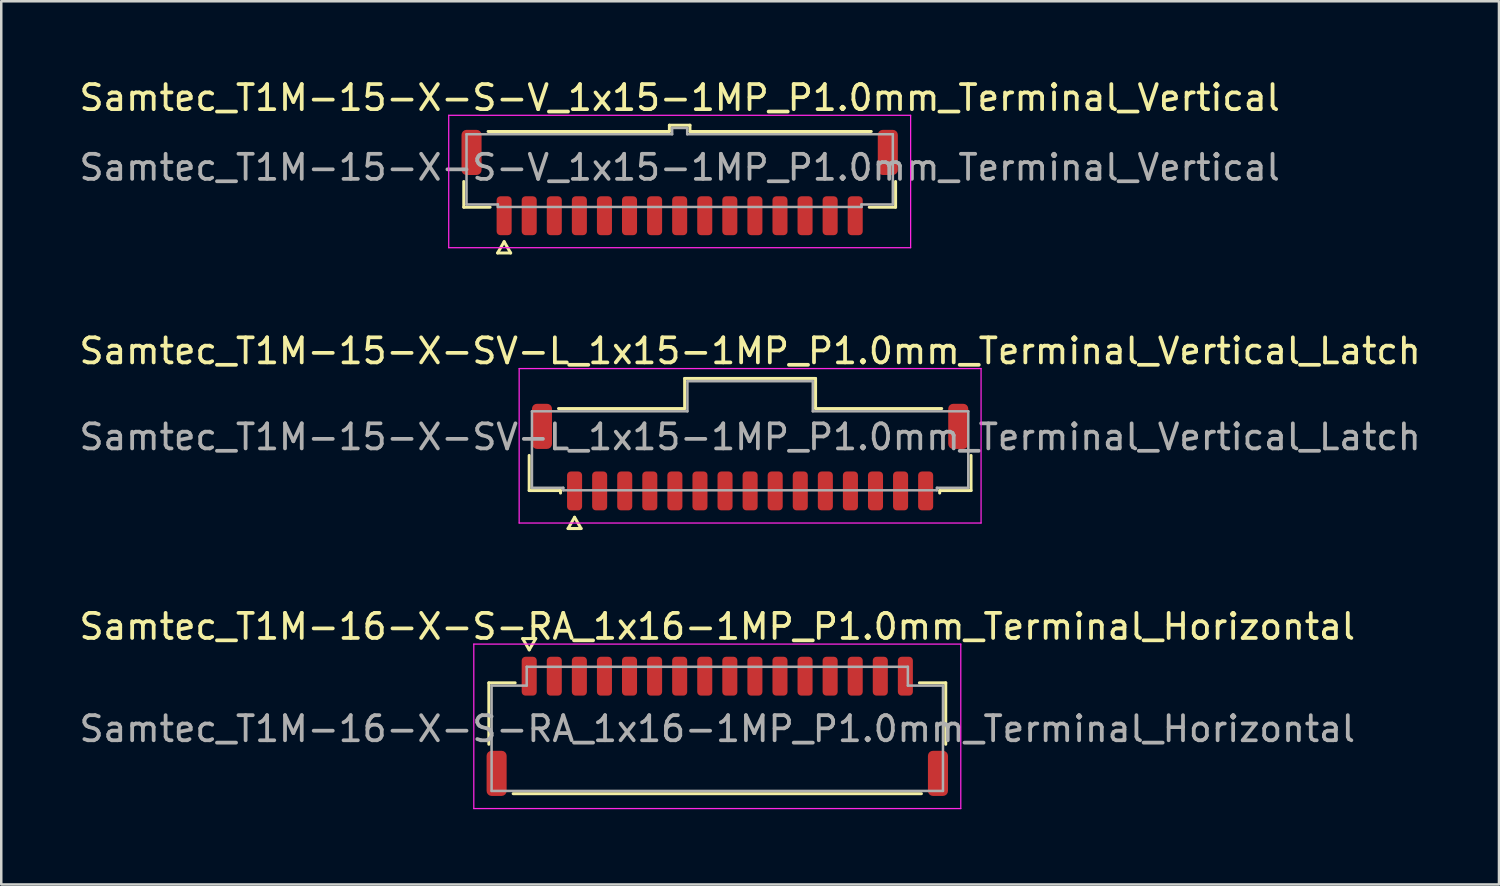
<source format=kicad_pcb>
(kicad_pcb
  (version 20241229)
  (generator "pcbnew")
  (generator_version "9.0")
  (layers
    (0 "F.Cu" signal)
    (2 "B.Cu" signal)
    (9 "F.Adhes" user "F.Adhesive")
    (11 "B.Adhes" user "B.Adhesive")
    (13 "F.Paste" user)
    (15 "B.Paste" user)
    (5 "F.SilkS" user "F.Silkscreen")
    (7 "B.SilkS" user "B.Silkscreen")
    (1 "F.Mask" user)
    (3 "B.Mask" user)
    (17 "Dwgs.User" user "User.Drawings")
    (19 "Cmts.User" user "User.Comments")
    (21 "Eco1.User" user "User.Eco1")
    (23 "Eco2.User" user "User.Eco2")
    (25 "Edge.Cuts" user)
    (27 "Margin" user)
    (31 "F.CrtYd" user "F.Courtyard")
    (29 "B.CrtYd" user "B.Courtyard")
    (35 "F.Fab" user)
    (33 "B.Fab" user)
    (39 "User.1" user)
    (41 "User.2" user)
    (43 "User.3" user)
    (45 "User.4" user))
  (footprint "Samtec_T1M-16-X-S-RA_1x16-1MP_P1.0mm_Terminal_Horizontal"
    (layer "F.Cu")
    (at 25.554 26.015)
    (property "Reference" "Samtec_T1M-16-X-S-RA_1x16-1MP_P1.0mm_Terminal_Horizontal" (at 0 -4.08 0) (layer "F.SilkS") (effects (font (size 1 1) (thickness 0.15))))
    (attr smd)
    (fp_line (start -9.11 -1.835) (end -8.06 -1.835) (stroke (width 0.12) (type solid)) (layer "F.SilkS"))
    (fp_line (start -9.11 0.615) (end -9.11 -1.835) (stroke (width 0.12) (type solid)) (layer "F.SilkS"))
    (fp_line (start -7.76 -3.6) (end -7.5 -3.15) (stroke (width 0.12) (type solid)) (layer "F.SilkS"))
    (fp_line (start -7.5 -3.15) (end -7.24 -3.6) (stroke (width 0.12) (type solid)) (layer "F.SilkS"))
    (fp_line (start -7.24 -3.6) (end -7.76 -3.6) (stroke (width 0.12) (type solid)) (layer "F.SilkS"))
    (fp_line (start 8.06 -1.835) (end 9.11 -1.835) (stroke (width 0.12) (type solid)) (layer "F.SilkS"))
    (fp_line (start 8.14 2.585) (end -8.14 2.585) (stroke (width 0.12) (type solid)) (layer "F.SilkS"))
    (fp_line (start 9.11 -1.835) (end 9.11 0.615) (stroke (width 0.12) (type solid)) (layer "F.SilkS"))
    (fp_line (start -9.71 -3.38) (end -9.71 3.18) (stroke (width 0.05) (type solid)) (layer "F.CrtYd"))
    (fp_line (start -9.71 3.18) (end 9.71 3.18) (stroke (width 0.05) (type solid)) (layer "F.CrtYd"))
    (fp_line (start 9.71 -3.38) (end -9.71 -3.38) (stroke (width 0.05) (type solid)) (layer "F.CrtYd"))
    (fp_line (start 9.71 3.18) (end 9.71 -3.38) (stroke (width 0.05) (type solid)) (layer "F.CrtYd"))
    (fp_line (start -9 -1.725) (end -7.6 -1.725) (stroke (width 0.1) (type solid)) (layer "F.Fab"))
    (fp_line (start -9 2.475) (end -9 -1.725) (stroke (width 0.1) (type solid)) (layer "F.Fab"))
    (fp_line (start -7.6 -2.475) (end 7.6 -2.475) (stroke (width 0.1) (type solid)) (layer "F.Fab"))
    (fp_line (start -7.6 -1.725) (end -7.6 -2.475) (stroke (width 0.1) (type solid)) (layer "F.Fab"))
    (fp_line (start 7.6 -2.475) (end 7.6 -1.725) (stroke (width 0.1) (type solid)) (layer "F.Fab"))
    (fp_line (start 7.6 -1.725) (end 9 -1.725) (stroke (width 0.1) (type solid)) (layer "F.Fab"))
    (fp_line (start 9 -1.725) (end 9 2.475) (stroke (width 0.1) (type solid)) (layer "F.Fab"))
    (fp_line (start 9 2.475) (end -9 2.475) (stroke (width 0.1) (type solid)) (layer "F.Fab"))
    (fp_text user "${REFERENCE}" (at 0 0 0) (layer "F.Fab") (effects (font (size 1 1) (thickness 0.15))))
    (pad "1" smd roundrect (at -7.5 -2.1) (size 0.6 1.55) (layers "F.Cu" "F.Mask" "F.Paste") (roundrect_rratio 0.25))
    (pad "2" smd roundrect (at -6.5 -2.1) (size 0.6 1.55) (layers "F.Cu" "F.Mask" "F.Paste") (roundrect_rratio 0.25))
    (pad "3" smd roundrect (at -5.5 -2.1) (size 0.6 1.55) (layers "F.Cu" "F.Mask" "F.Paste") (roundrect_rratio 0.25))
    (pad "4" smd roundrect (at -4.5 -2.1) (size 0.6 1.55) (layers "F.Cu" "F.Mask" "F.Paste") (roundrect_rratio 0.25))
    (pad "5" smd roundrect (at -3.5 -2.1) (size 0.6 1.55) (layers "F.Cu" "F.Mask" "F.Paste") (roundrect_rratio 0.25))
    (pad "6" smd roundrect (at -2.5 -2.1) (size 0.6 1.55) (layers "F.Cu" "F.Mask" "F.Paste") (roundrect_rratio 0.25))
    (pad "7" smd roundrect (at -1.5 -2.1) (size 0.6 1.55) (layers "F.Cu" "F.Mask" "F.Paste") (roundrect_rratio 0.25))
    (pad "8" smd roundrect (at -0.5 -2.1) (size 0.6 1.55) (layers "F.Cu" "F.Mask" "F.Paste") (roundrect_rratio 0.25))
    (pad "9" smd roundrect (at 0.5 -2.1) (size 0.6 1.55) (layers "F.Cu" "F.Mask" "F.Paste") (roundrect_rratio 0.25))
    (pad "10" smd roundrect (at 1.5 -2.1) (size 0.6 1.55) (layers "F.Cu" "F.Mask" "F.Paste") (roundrect_rratio 0.25))
    (pad "11" smd roundrect (at 2.5 -2.1) (size 0.6 1.55) (layers "F.Cu" "F.Mask" "F.Paste") (roundrect_rratio 0.25))
    (pad "12" smd roundrect (at 3.5 -2.1) (size 0.6 1.55) (layers "F.Cu" "F.Mask" "F.Paste") (roundrect_rratio 0.25))
    (pad "13" smd roundrect (at 4.5 -2.1) (size 0.6 1.55) (layers "F.Cu" "F.Mask" "F.Paste") (roundrect_rratio 0.25))
    (pad "14" smd roundrect (at 5.5 -2.1) (size 0.6 1.55) (layers "F.Cu" "F.Mask" "F.Paste") (roundrect_rratio 0.25))
    (pad "15" smd roundrect (at 6.5 -2.1) (size 0.6 1.55) (layers "F.Cu" "F.Mask" "F.Paste") (roundrect_rratio 0.25))
    (pad "16" smd roundrect (at 7.5 -2.1) (size 0.6 1.55) (layers "F.Cu" "F.Mask" "F.Paste") (roundrect_rratio 0.25))
    (pad "MP" smd roundrect (at -8.8 1.775) (size 0.8 1.8) (layers "F.Cu" "F.Mask" "F.Paste") (roundrect_rratio 0.25))
    (pad "MP" smd roundrect (at 8.8 1.775) (size 0.8 1.8) (layers "F.Cu" "F.Mask" "F.Paste") (roundrect_rratio 0.25)))
  (footprint "Samtec_T1M-15-X-S-V_1x15-1MP_P1.0mm_Terminal_Vertical"
    (layer "F.Cu")
    (at 24.054 3.628)
    (property "Reference" "Samtec_T1M-15-X-S-V_1x15-1MP_P1.0mm_Terminal_Vertical" (at 0 -2.78 0) (layer "F.SilkS") (effects (font (size 1 1) (thickness 0.15))))
    (attr smd)
    (fp_line (start -8.61 1.585) (end -8.61 0.56) (stroke (width 0.12) (type solid)) (layer "F.SilkS"))
    (fp_line (start -7.64 -1.435) (end -0.41 -1.435) (stroke (width 0.12) (type solid)) (layer "F.SilkS"))
    (fp_line (start -7.56 1.585) (end -8.61 1.585) (stroke (width 0.12) (type solid)) (layer "F.SilkS"))
    (fp_line (start -7.26 3.41) (end -7 2.96) (stroke (width 0.12) (type solid)) (layer "F.SilkS"))
    (fp_line (start -7 2.96) (end -6.74 3.41) (stroke (width 0.12) (type solid)) (layer "F.SilkS"))
    (fp_line (start -6.74 3.41) (end -7.26 3.41) (stroke (width 0.12) (type solid)) (layer "F.SilkS"))
    (fp_line (start -0.41 -1.685) (end 0.41 -1.685) (stroke (width 0.12) (type solid)) (layer "F.SilkS"))
    (fp_line (start -0.41 -1.435) (end -0.41 -1.685) (stroke (width 0.12) (type solid)) (layer "F.SilkS"))
    (fp_line (start 0.41 -1.685) (end 0.41 -1.435) (stroke (width 0.12) (type solid)) (layer "F.SilkS"))
    (fp_line (start 0.41 -1.435) (end 7.64 -1.435) (stroke (width 0.12) (type solid)) (layer "F.SilkS"))
    (fp_line (start 8.61 0.56) (end 8.61 1.585) (stroke (width 0.12) (type solid)) (layer "F.SilkS"))
    (fp_line (start 8.61 1.585) (end 7.56 1.585) (stroke (width 0.12) (type solid)) (layer "F.SilkS"))
    (fp_line (start -9.21 -2.08) (end -9.21 3.2) (stroke (width 0.05) (type solid)) (layer "F.CrtYd"))
    (fp_line (start -9.21 3.2) (end 9.21 3.2) (stroke (width 0.05) (type solid)) (layer "F.CrtYd"))
    (fp_line (start 9.21 -2.08) (end -9.21 -2.08) (stroke (width 0.05) (type solid)) (layer "F.CrtYd"))
    (fp_line (start 9.21 3.2) (end 9.21 -2.08) (stroke (width 0.05) (type solid)) (layer "F.CrtYd"))
    (fp_line (start -8.5 -1.325) (end -0.3 -1.325) (stroke (width 0.1) (type solid)) (layer "F.Fab"))
    (fp_line (start -8.5 1.475) (end -8.5 -1.325) (stroke (width 0.1) (type solid)) (layer "F.Fab"))
    (fp_line (start -7.25 1.475) (end -8.5 1.475) (stroke (width 0.1) (type solid)) (layer "F.Fab"))
    (fp_line (start -7.25 1.575) (end -7.25 1.475) (stroke (width 0.1) (type solid)) (layer "F.Fab"))
    (fp_line (start -0.3 -1.575) (end 0.3 -1.575) (stroke (width 0.1) (type solid)) (layer "F.Fab"))
    (fp_line (start -0.3 -1.325) (end -0.3 -1.575) (stroke (width 0.1) (type solid)) (layer "F.Fab"))
    (fp_line (start 0.3 -1.575) (end 0.3 -1.325) (stroke (width 0.1) (type solid)) (layer "F.Fab"))
    (fp_line (start 0.3 -1.325) (end 8.5 -1.325) (stroke (width 0.1) (type solid)) (layer "F.Fab"))
    (fp_line (start 7.25 1.475) (end 7.25 1.575) (stroke (width 0.1) (type solid)) (layer "F.Fab"))
    (fp_line (start 7.25 1.575) (end -7.25 1.575) (stroke (width 0.1) (type solid)) (layer "F.Fab"))
    (fp_line (start 8.5 -1.325) (end 8.5 1.475) (stroke (width 0.1) (type solid)) (layer "F.Fab"))
    (fp_line (start 8.5 1.475) (end 7.25 1.475) (stroke (width 0.1) (type solid)) (layer "F.Fab"))
    (fp_text user "${REFERENCE}" (at 0 0 0) (layer "F.Fab") (effects (font (size 1 1) (thickness 0.15))))
    (pad "1" smd roundrect (at -7 1.925) (size 0.6 1.55) (layers "F.Cu" "F.Mask" "F.Paste") (roundrect_rratio 0.25))
    (pad "2" smd roundrect (at -6 1.925) (size 0.6 1.55) (layers "F.Cu" "F.Mask" "F.Paste") (roundrect_rratio 0.25))
    (pad "3" smd roundrect (at -5 1.925) (size 0.6 1.55) (layers "F.Cu" "F.Mask" "F.Paste") (roundrect_rratio 0.25))
    (pad "4" smd roundrect (at -4 1.925) (size 0.6 1.55) (layers "F.Cu" "F.Mask" "F.Paste") (roundrect_rratio 0.25))
    (pad "5" smd roundrect (at -3 1.925) (size 0.6 1.55) (layers "F.Cu" "F.Mask" "F.Paste") (roundrect_rratio 0.25))
    (pad "6" smd roundrect (at -2 1.925) (size 0.6 1.55) (layers "F.Cu" "F.Mask" "F.Paste") (roundrect_rratio 0.25))
    (pad "7" smd roundrect (at -1 1.925) (size 0.6 1.55) (layers "F.Cu" "F.Mask" "F.Paste") (roundrect_rratio 0.25))
    (pad "8" smd roundrect (at 0 1.925) (size 0.6 1.55) (layers "F.Cu" "F.Mask" "F.Paste") (roundrect_rratio 0.25))
    (pad "9" smd roundrect (at 1 1.925) (size 0.6 1.55) (layers "F.Cu" "F.Mask" "F.Paste") (roundrect_rratio 0.25))
    (pad "10" smd roundrect (at 2 1.925) (size 0.6 1.55) (layers "F.Cu" "F.Mask" "F.Paste") (roundrect_rratio 0.25))
    (pad "11" smd roundrect (at 3 1.925) (size 0.6 1.55) (layers "F.Cu" "F.Mask" "F.Paste") (roundrect_rratio 0.25))
    (pad "12" smd roundrect (at 4 1.925) (size 0.6 1.55) (layers "F.Cu" "F.Mask" "F.Paste") (roundrect_rratio 0.25))
    (pad "13" smd roundrect (at 5 1.925) (size 0.6 1.55) (layers "F.Cu" "F.Mask" "F.Paste") (roundrect_rratio 0.25))
    (pad "14" smd roundrect (at 6 1.925) (size 0.6 1.55) (layers "F.Cu" "F.Mask" "F.Paste") (roundrect_rratio 0.25))
    (pad "15" smd roundrect (at 7 1.925) (size 0.6 1.55) (layers "F.Cu" "F.Mask" "F.Paste") (roundrect_rratio 0.25))
    (pad "MP" smd roundrect (at -8.3 -0.6) (size 0.8 1.8) (layers "F.Cu" "F.Mask" "F.Paste") (roundrect_rratio 0.25))
    (pad "MP" smd roundrect (at 8.3 -0.6) (size 0.8 1.8) (layers "F.Cu" "F.Mask" "F.Paste") (roundrect_rratio 0.25)))
  (footprint "Samtec_T1M-15-X-SV-L_1x15-1MP_P1.0mm_Terminal_Vertical_Latch"
    (layer "F.Cu")
    (at 26.863 14.377)
    (property "Reference" "Samtec_T1M-15-X-SV-L_1x15-1MP_P1.0mm_Terminal_Vertical_Latch" (at 0 -3.43 0) (layer "F.SilkS") (effects (font (size 1 1) (thickness 0.15))))
    (attr smd)
    (fp_line (start -8.81 2.135) (end -8.81 0.735) (stroke (width 0.12) (type solid)) (layer "F.SilkS"))
    (fp_line (start -7.64 -1.135) (end -2.61 -1.135) (stroke (width 0.12) (type solid)) (layer "F.SilkS"))
    (fp_line (start -7.56 2.135) (end -8.81 2.135) (stroke (width 0.12) (type solid)) (layer "F.SilkS"))
    (fp_line (start -7.56 2.235) (end -7.56 2.135) (stroke (width 0.12) (type solid)) (layer "F.SilkS"))
    (fp_line (start -7.26 3.65) (end -7 3.2) (stroke (width 0.12) (type solid)) (layer "F.SilkS"))
    (fp_line (start -7 3.2) (end -6.74 3.65) (stroke (width 0.12) (type solid)) (layer "F.SilkS"))
    (fp_line (start -6.74 3.65) (end -7.26 3.65) (stroke (width 0.12) (type solid)) (layer "F.SilkS"))
    (fp_line (start -2.61 -2.335) (end 2.61 -2.335) (stroke (width 0.12) (type solid)) (layer "F.SilkS"))
    (fp_line (start -2.61 -1.135) (end -2.61 -2.335) (stroke (width 0.12) (type solid)) (layer "F.SilkS"))
    (fp_line (start 2.61 -2.335) (end 2.61 -1.135) (stroke (width 0.12) (type solid)) (layer "F.SilkS"))
    (fp_line (start 2.61 -1.135) (end 7.64 -1.135) (stroke (width 0.12) (type solid)) (layer "F.SilkS"))
    (fp_line (start 7.56 2.135) (end 7.56 2.235) (stroke (width 0.12) (type solid)) (layer "F.SilkS"))
    (fp_line (start 8.81 0.735) (end 8.81 2.135) (stroke (width 0.12) (type solid)) (layer "F.SilkS"))
    (fp_line (start 8.81 2.135) (end 7.56 2.135) (stroke (width 0.12) (type solid)) (layer "F.SilkS"))
    (fp_line (start -9.21 -2.73) (end -9.21 3.43) (stroke (width 0.05) (type solid)) (layer "F.CrtYd"))
    (fp_line (start -9.21 3.43) (end 9.21 3.43) (stroke (width 0.05) (type solid)) (layer "F.CrtYd"))
    (fp_line (start 9.21 -2.73) (end -9.21 -2.73) (stroke (width 0.05) (type solid)) (layer "F.CrtYd"))
    (fp_line (start 9.21 3.43) (end 9.21 -2.73) (stroke (width 0.05) (type solid)) (layer "F.CrtYd"))
    (fp_line (start -8.7 -1.025) (end -2.5 -1.025) (stroke (width 0.1) (type solid)) (layer "F.Fab"))
    (fp_line (start -8.7 2.025) (end -8.7 -1.025) (stroke (width 0.1) (type solid)) (layer "F.Fab"))
    (fp_line (start -7.45 2.025) (end -8.7 2.025) (stroke (width 0.1) (type solid)) (layer "F.Fab"))
    (fp_line (start -7.45 2.125) (end -7.45 2.025) (stroke (width 0.1) (type solid)) (layer "F.Fab"))
    (fp_line (start -2.5 -2.225) (end 2.5 -2.225) (stroke (width 0.1) (type solid)) (layer "F.Fab"))
    (fp_line (start -2.5 -1.025) (end -2.5 -2.225) (stroke (width 0.1) (type solid)) (layer "F.Fab"))
    (fp_line (start 2.5 -2.225) (end 2.5 -1.025) (stroke (width 0.1) (type solid)) (layer "F.Fab"))
    (fp_line (start 2.5 -1.025) (end 8.7 -1.025) (stroke (width 0.1) (type solid)) (layer "F.Fab"))
    (fp_line (start 7.45 2.025) (end 7.45 2.125) (stroke (width 0.1) (type solid)) (layer "F.Fab"))
    (fp_line (start 7.45 2.125) (end -7.45 2.125) (stroke (width 0.1) (type solid)) (layer "F.Fab"))
    (fp_line (start 8.7 -1.025) (end 8.7 2.025) (stroke (width 0.1) (type solid)) (layer "F.Fab"))
    (fp_line (start 8.7 2.025) (end 7.45 2.025) (stroke (width 0.1) (type solid)) (layer "F.Fab"))
    (fp_text user "${REFERENCE}" (at 0 0 0) (layer "F.Fab") (effects (font (size 1 1) (thickness 0.15))))
    (pad "1" smd roundrect (at -7 2.15) (size 0.6 1.55) (layers "F.Cu" "F.Mask" "F.Paste") (roundrect_rratio 0.25))
    (pad "2" smd roundrect (at -6 2.15) (size 0.6 1.55) (layers "F.Cu" "F.Mask" "F.Paste") (roundrect_rratio 0.25))
    (pad "3" smd roundrect (at -5 2.15) (size 0.6 1.55) (layers "F.Cu" "F.Mask" "F.Paste") (roundrect_rratio 0.25))
    (pad "4" smd roundrect (at -4 2.15) (size 0.6 1.55) (layers "F.Cu" "F.Mask" "F.Paste") (roundrect_rratio 0.25))
    (pad "5" smd roundrect (at -3 2.15) (size 0.6 1.55) (layers "F.Cu" "F.Mask" "F.Paste") (roundrect_rratio 0.25))
    (pad "6" smd roundrect (at -2 2.15) (size 0.6 1.55) (layers "F.Cu" "F.Mask" "F.Paste") (roundrect_rratio 0.25))
    (pad "7" smd roundrect (at -1 2.15) (size 0.6 1.55) (layers "F.Cu" "F.Mask" "F.Paste") (roundrect_rratio 0.25))
    (pad "8" smd roundrect (at 0 2.15) (size 0.6 1.55) (layers "F.Cu" "F.Mask" "F.Paste") (roundrect_rratio 0.25))
    (pad "9" smd roundrect (at 1 2.15) (size 0.6 1.55) (layers "F.Cu" "F.Mask" "F.Paste") (roundrect_rratio 0.25))
    (pad "10" smd roundrect (at 2 2.15) (size 0.6 1.55) (layers "F.Cu" "F.Mask" "F.Paste") (roundrect_rratio 0.25))
    (pad "11" smd roundrect (at 3 2.15) (size 0.6 1.55) (layers "F.Cu" "F.Mask" "F.Paste") (roundrect_rratio 0.25))
    (pad "12" smd roundrect (at 4 2.15) (size 0.6 1.55) (layers "F.Cu" "F.Mask" "F.Paste") (roundrect_rratio 0.25))
    (pad "13" smd roundrect (at 5 2.15) (size 0.6 1.55) (layers "F.Cu" "F.Mask" "F.Paste") (roundrect_rratio 0.25))
    (pad "14" smd roundrect (at 6 2.15) (size 0.6 1.55) (layers "F.Cu" "F.Mask" "F.Paste") (roundrect_rratio 0.25))
    (pad "15" smd roundrect (at 7 2.15) (size 0.6 1.55) (layers "F.Cu" "F.Mask" "F.Paste") (roundrect_rratio 0.25))
    (pad "MP" smd roundrect (at -8.3 -0.425) (size 0.8 1.8) (layers "F.Cu" "F.Mask" "F.Paste") (roundrect_rratio 0.25))
    (pad "MP" smd roundrect (at 8.3 -0.425) (size 0.8 1.8) (layers "F.Cu" "F.Mask" "F.Paste") (roundrect_rratio 0.25)))
  (gr_rect
    (start -3 -3)
    (end 56.726 32.22)
    (stroke (width 0.1) (type default))
    (fill no)
    (layer "Edge.Cuts")))
</source>
